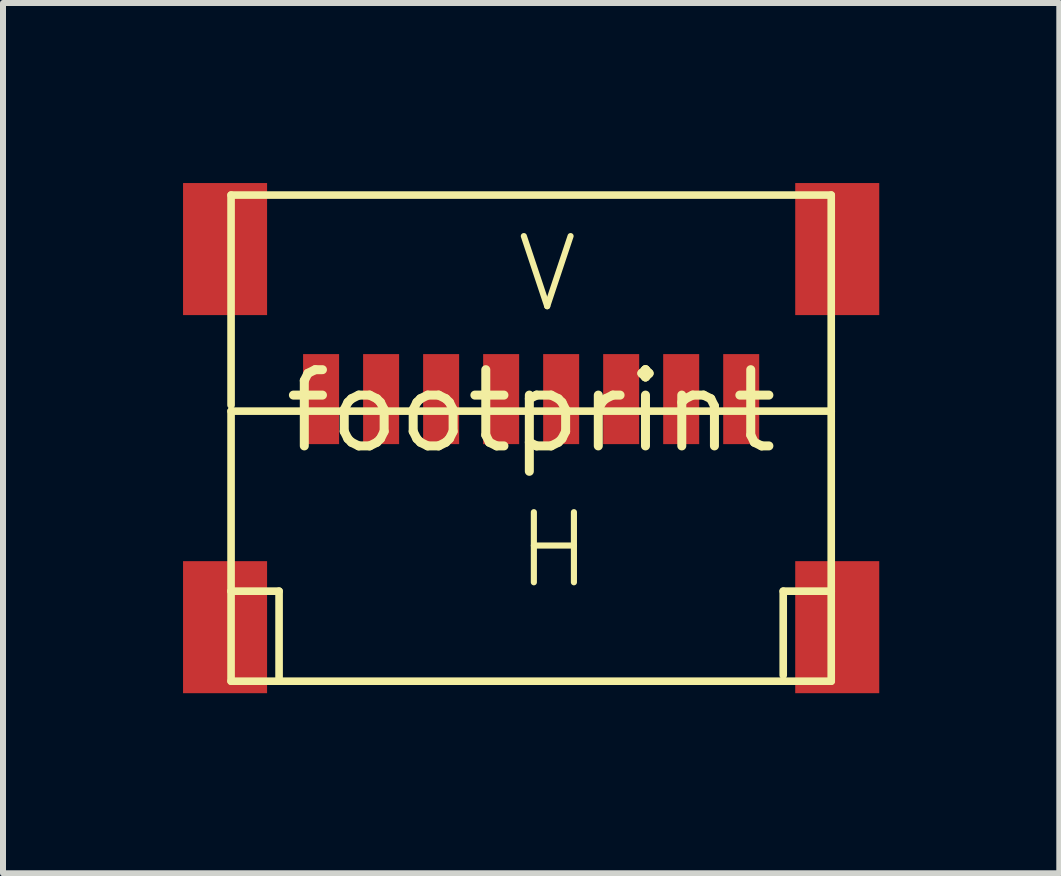
<source format=kicad_pcb>
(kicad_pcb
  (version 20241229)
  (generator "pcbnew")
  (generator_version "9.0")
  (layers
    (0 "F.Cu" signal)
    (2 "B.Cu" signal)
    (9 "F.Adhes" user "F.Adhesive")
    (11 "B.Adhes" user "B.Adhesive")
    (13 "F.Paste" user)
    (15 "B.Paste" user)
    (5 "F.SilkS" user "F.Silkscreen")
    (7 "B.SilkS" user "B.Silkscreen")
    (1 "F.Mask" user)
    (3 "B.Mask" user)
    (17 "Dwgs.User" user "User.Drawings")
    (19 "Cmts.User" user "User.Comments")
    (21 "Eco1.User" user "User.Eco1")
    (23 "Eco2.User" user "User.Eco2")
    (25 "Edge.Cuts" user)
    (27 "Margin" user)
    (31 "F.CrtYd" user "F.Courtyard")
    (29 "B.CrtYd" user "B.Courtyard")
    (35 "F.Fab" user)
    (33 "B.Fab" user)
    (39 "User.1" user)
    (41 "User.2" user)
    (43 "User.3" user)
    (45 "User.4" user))
  (footprint "footprint"
    (layer "F.Cu")
    (at 5.8 3.8)
    (property "Reference" "footprint" (at 0 0 0) (layer "F.SilkS") (effects (font (size 1.27 1.27) (thickness 0.15))))
    (fp_line (start -5 -3.6) (end 5 -3.6) (stroke (width 0.127) (type solid)) (layer "F.SilkS"))
    (fp_line (start -5 -0.1) (end -5 -3.6) (stroke (width 0.127) (type solid)) (layer "F.SilkS"))
    (fp_line (start -5 0) (end 5 0) (stroke (width 0.127) (type solid)) (layer "F.SilkS"))
    (fp_line (start -5 3) (end -5 0) (stroke (width 0.127) (type solid)) (layer "F.SilkS"))
    (fp_line (start -5 4.5) (end -5 3) (stroke (width 0.127) (type solid)) (layer "F.SilkS"))
    (fp_line (start -4.2 3) (end -5 3) (stroke (width 0.127) (type solid)) (layer "F.SilkS"))
    (fp_line (start -4.2 4.5) (end -5 4.5) (stroke (width 0.127) (type solid)) (layer "F.SilkS"))
    (fp_line (start -4.2 4.5) (end -4.2 3) (stroke (width 0.127) (type solid)) (layer "F.SilkS"))
    (fp_line (start 4.2 3) (end 5 3) (stroke (width 0.127) (type solid)) (layer "F.SilkS"))
    (fp_line (start 4.2 4.4) (end 4.2 3) (stroke (width 0.127) (type solid)) (layer "F.SilkS"))
    (fp_line (start 5 -3.6) (end 5 0) (stroke (width 0.127) (type solid)) (layer "F.SilkS"))
    (fp_line (start 5 0) (end 5 3) (stroke (width 0.127) (type solid)) (layer "F.SilkS"))
    (fp_line (start 5 3) (end 5 4.5) (stroke (width 0.127) (type solid)) (layer "F.SilkS"))
    (fp_line (start 5 4.5) (end -4.2 4.5) (stroke (width 0.127) (type solid)) (layer "F.SilkS"))
    (fp_text user "V" (at -0.3 -1.6 0) (layer "F.SilkS") (effects (font (size 1.168 1.168) (thickness 0.102)) (justify left bottom)))
    (fp_text user "H" (at -0.3 3 0) (layer "F.SilkS") (effects (font (size 1.168 1.168) (thickness 0.102)) (justify left bottom)))
    (pad "1" smd rect (at -3.5 -0.2) (size 0.6 1.5) (layers "F.Cu" "F.Mask" "F.Paste"))
    (pad "2" smd rect (at -2.5 -0.2) (size 0.6 1.5) (layers "F.Cu" "F.Mask" "F.Paste"))
    (pad "3" smd rect (at -1.5 -0.2) (size 0.6 1.5) (layers "F.Cu" "F.Mask" "F.Paste"))
    (pad "4" smd rect (at -0.5 -0.2) (size 0.6 1.5) (layers "F.Cu" "F.Mask" "F.Paste"))
    (pad "5" smd rect (at 0.5 -0.2) (size 0.6 1.5) (layers "F.Cu" "F.Mask" "F.Paste"))
    (pad "6" smd rect (at 1.5 -0.2) (size 0.6 1.5) (layers "F.Cu" "F.Mask" "F.Paste"))
    (pad "7" smd rect (at 2.5 -0.2) (size 0.6 1.5) (layers "F.Cu" "F.Mask" "F.Paste"))
    (pad "8" smd rect (at 3.5 -0.2) (size 0.6 1.5) (layers "F.Cu" "F.Mask" "F.Paste"))
    (pad "MT1" smd rect (at -5.1 3.6) (size 1.4 2.2) (layers "F.Cu" "F.Mask" "F.Paste"))
    (pad "MT2" smd rect (at 5.1 3.6) (size 1.4 2.2) (layers "F.Cu" "F.Mask" "F.Paste"))
    (pad "MT3" smd rect (at -5.1 -2.7) (size 1.4 2.2) (layers "F.Cu" "F.Mask" "F.Paste"))
    (pad "MT4" smd rect (at 5.1 -2.7) (size 1.4 2.2) (layers "F.Cu" "F.Mask" "F.Paste")))
  (gr_rect
    (start -3 -3)
    (end 14.6 11.5)
    (stroke (width 0.1) (type default))
    (fill no)
    (layer "Edge.Cuts")))
</source>
